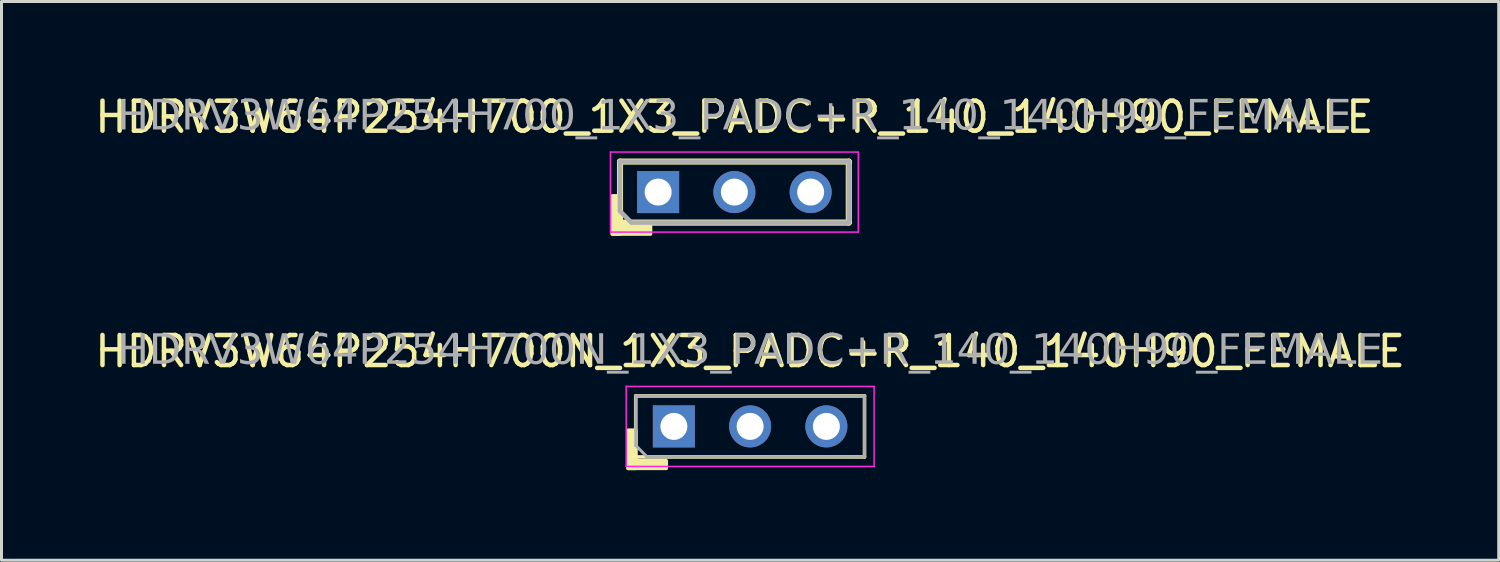
<source format=kicad_pcb>
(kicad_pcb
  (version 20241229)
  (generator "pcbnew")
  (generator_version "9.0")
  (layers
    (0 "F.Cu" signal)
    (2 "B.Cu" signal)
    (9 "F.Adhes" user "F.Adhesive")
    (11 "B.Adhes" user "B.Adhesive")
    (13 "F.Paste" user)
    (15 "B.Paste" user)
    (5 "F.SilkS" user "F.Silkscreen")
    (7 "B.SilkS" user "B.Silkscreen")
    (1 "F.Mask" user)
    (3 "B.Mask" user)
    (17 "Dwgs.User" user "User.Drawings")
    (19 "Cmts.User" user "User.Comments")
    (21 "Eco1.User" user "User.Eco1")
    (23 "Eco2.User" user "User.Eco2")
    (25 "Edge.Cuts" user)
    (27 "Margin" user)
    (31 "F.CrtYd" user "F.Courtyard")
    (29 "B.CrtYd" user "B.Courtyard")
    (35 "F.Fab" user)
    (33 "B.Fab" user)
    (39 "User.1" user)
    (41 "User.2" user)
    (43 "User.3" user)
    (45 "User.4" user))
  (footprint "HDRV3W64P254H700N_1X3_PADC+R_140_140H90_FEMALE"
    (layer "F.Cu")
    (at 21.935 11.153)
    (property "Reference" "HDRV3W64P254H700N_1X3_PADC+R_140_140H90_FEMALE" (at 0 -2.5 0) (layer "F.SilkS") (effects (font (size 1 1) (thickness 0.15))))
    (attr through_hole)
    (fp_line (start -3.81 -1.016) (end -3.81 1.27) (stroke (width 0.12) (type solid)) (layer "F.SilkS"))
    (fp_line (start -3.81 1.016) (end 3.81 1.016) (stroke (width 0.12) (type solid)) (layer "F.SilkS"))
    (fp_line (start 3.81 -1.016) (end -3.81 -1.016) (stroke (width 0.12) (type solid)) (layer "F.SilkS"))
    (fp_line (start 3.81 1.016) (end 3.81 -1.016) (stroke (width 0.12) (type solid)) (layer "F.SilkS"))
    (fp_rect (start -3.81 0.127) (end -4.064 1.397) (stroke (width 0.12) (type solid)) (fill yes) (layer "F.SilkS"))
    (fp_rect (start -2.794 1.397) (end -4.064 1.143) (stroke (width 0.12) (type solid)) (fill yes) (layer "F.SilkS"))
    (fp_line (start -4.128 1.333) (end -4.128 -1.333) (stroke (width 0.05) (type solid)) (layer "F.CrtYd"))
    (fp_line (start 4.128 -1.333) (end -4.128 -1.333) (stroke (width 0.05) (type solid)) (layer "F.CrtYd"))
    (fp_line (start 4.128 1.333) (end -4.128 1.333) (stroke (width 0.05) (type solid)) (layer "F.CrtYd"))
    (fp_line (start 4.128 1.333) (end 4.128 -1.333) (stroke (width 0.05) (type solid)) (layer "F.CrtYd"))
    (fp_line (start -3.81 -1.016) (end -3.81 0.635) (stroke (width 0.1) (type solid)) (layer "F.Fab"))
    (fp_line (start -3.81 -1.016) (end 3.81 -1.016) (stroke (width 0.1) (type solid)) (layer "F.Fab"))
    (fp_line (start -3.81 0.635) (end -3.429 1.016) (stroke (width 0.1) (type solid)) (layer "F.Fab"))
    (fp_line (start 3.81 -1.016) (end 3.81 1.016) (stroke (width 0.1) (type solid)) (layer "F.Fab"))
    (fp_line (start 3.81 1.016) (end -3.429 1.016) (stroke (width 0.1) (type solid)) (layer "F.Fab"))
    (fp_rect (start -2.286 -0.254) (end -2.794 0.254) (stroke (width 0.1) (type solid)) (fill no) (layer "F.Fab"))
    (fp_rect (start 0.254 -0.254) (end -0.254 0.254) (stroke (width 0.1) (type solid)) (fill no) (layer "F.Fab"))
    (fp_rect (start 2.794 -0.254) (end 2.286 0.254) (stroke (width 0.1) (type solid)) (fill no) (layer "F.Fab"))
    (fp_text user "${REFERENCE}" (at 0 -2.5 0) (layer "F.Fab") (effects (font (face "Tahoma") (size 1 1) (thickness 0.15))))
    (pad "1" thru_hole rect (at -2.54 0) (size 1.4 1.4) (drill 0.9) (layers "*.Cu" "*.Mask"))
    (pad "2" thru_hole circle (at 0 0) (size 1.4 1.4) (drill 0.9) (layers "*.Cu" "*.Mask"))
    (pad "3" thru_hole circle (at 2.54 0) (size 1.4 1.4) (drill 0.9) (layers "*.Cu" "*.Mask")))
  (footprint "HDRV3W64P254H700_1X3_PADC+R_140_140H90_FEMALE"
    (layer "F.Cu")
    (at 21.411 3.348)
    (property "Reference" "HDRV3W64P254H700_1X3_PADC+R_140_140H90_FEMALE" (at 0 -2.5 0) (layer "F.SilkS") (effects (font (size 1 1) (thickness 0.15))))
    (attr through_hole)
    (fp_line (start -3.81 -1.016) (end -3.81 1.27) (stroke (width 0.203) (type solid)) (layer "F.SilkS"))
    (fp_line (start -3.81 1.016) (end 3.81 1.016) (stroke (width 0.203) (type solid)) (layer "F.SilkS"))
    (fp_line (start 3.81 -1.016) (end -3.81 -1.016) (stroke (width 0.203) (type solid)) (layer "F.SilkS"))
    (fp_line (start 3.81 1.016) (end 3.81 -1.016) (stroke (width 0.203) (type solid)) (layer "F.SilkS"))
    (fp_rect (start -3.81 0.127) (end -4.064 1.397) (stroke (width 0.12) (type solid)) (fill yes) (layer "F.SilkS"))
    (fp_rect (start -2.794 1.397) (end -4.064 1.143) (stroke (width 0.12) (type solid)) (fill yes) (layer "F.SilkS"))
    (fp_line (start -4.128 1.333) (end -4.128 -1.333) (stroke (width 0.05) (type solid)) (layer "F.CrtYd"))
    (fp_line (start 4.128 -1.333) (end -4.128 -1.333) (stroke (width 0.05) (type solid)) (layer "F.CrtYd"))
    (fp_line (start 4.128 1.333) (end -4.128 1.333) (stroke (width 0.05) (type solid)) (layer "F.CrtYd"))
    (fp_line (start 4.128 1.333) (end 4.128 -1.333) (stroke (width 0.05) (type solid)) (layer "F.CrtYd"))
    (fp_line (start -3.81 -1.016) (end -3.81 0.635) (stroke (width 0.152) (type solid)) (layer "F.Fab"))
    (fp_line (start -3.81 -1.016) (end 3.81 -1.016) (stroke (width 0.152) (type solid)) (layer "F.Fab"))
    (fp_line (start -3.81 0.635) (end -3.429 1.016) (stroke (width 0.152) (type solid)) (layer "F.Fab"))
    (fp_line (start 3.81 -1.016) (end 3.81 1.016) (stroke (width 0.152) (type solid)) (layer "F.Fab"))
    (fp_line (start 3.81 1.016) (end -3.429 1.016) (stroke (width 0.152) (type solid)) (layer "F.Fab"))
    (fp_rect (start -2.286 -0.254) (end -2.794 0.254) (stroke (width 0.152) (type solid)) (fill no) (layer "F.Fab"))
    (fp_rect (start 0.254 -0.254) (end -0.254 0.254) (stroke (width 0.152) (type solid)) (fill no) (layer "F.Fab"))
    (fp_rect (start 2.794 -0.254) (end 2.286 0.254) (stroke (width 0.152) (type solid)) (fill no) (layer "F.Fab"))
    (fp_text user "${REFERENCE}" (at 0 -2.5 0) (layer "F.Fab") (effects (font (face "Tahoma") (size 1 1) (thickness 0.15))))
    (pad "1" thru_hole rect (at -2.54 0) (size 1.4 1.4) (drill 0.9) (layers "*.Cu" "*.Mask"))
    (pad "2" thru_hole circle (at 0 0) (size 1.4 1.4) (drill 0.9) (layers "*.Cu" "*.Mask"))
    (pad "3" thru_hole circle (at 2.54 0) (size 1.4 1.4) (drill 0.9) (layers "*.Cu" "*.Mask")))
  (gr_rect
    (start -3 -3)
    (end 46.869 15.611)
    (stroke (width 0.1) (type default))
    (fill no)
    (layer "Edge.Cuts")))
</source>
